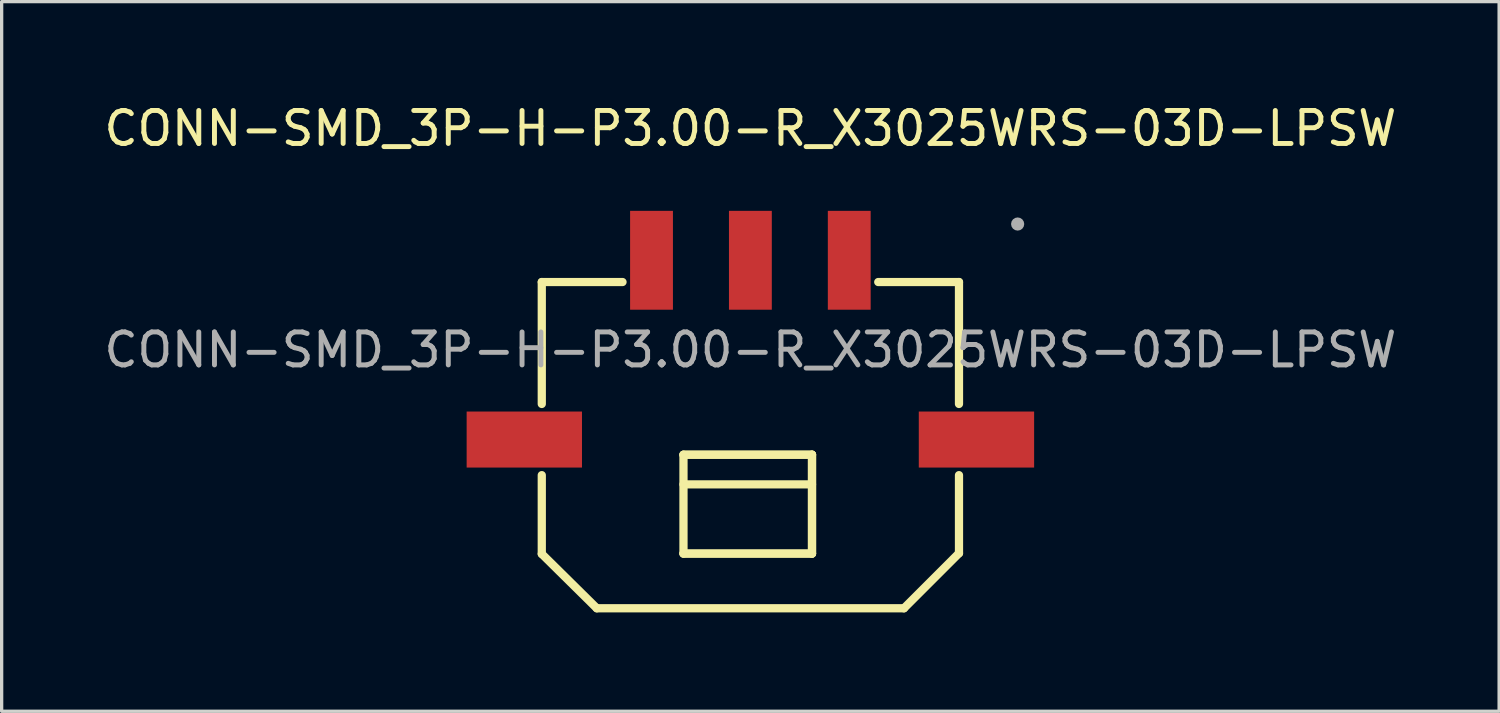
<source format=kicad_pcb>
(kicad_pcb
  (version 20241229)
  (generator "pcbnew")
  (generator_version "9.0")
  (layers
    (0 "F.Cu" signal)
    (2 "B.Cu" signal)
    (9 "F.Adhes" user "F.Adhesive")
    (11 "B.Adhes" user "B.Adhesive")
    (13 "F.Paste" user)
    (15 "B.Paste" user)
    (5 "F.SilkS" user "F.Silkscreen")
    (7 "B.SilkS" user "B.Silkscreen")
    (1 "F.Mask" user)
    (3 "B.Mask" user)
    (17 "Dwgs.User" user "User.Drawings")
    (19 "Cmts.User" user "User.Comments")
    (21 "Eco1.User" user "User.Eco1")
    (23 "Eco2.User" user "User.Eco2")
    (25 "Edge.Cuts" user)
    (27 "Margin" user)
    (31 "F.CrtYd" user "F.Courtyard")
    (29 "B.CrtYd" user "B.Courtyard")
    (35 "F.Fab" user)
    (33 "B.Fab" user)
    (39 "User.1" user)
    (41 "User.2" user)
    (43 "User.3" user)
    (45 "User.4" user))
  (footprint "CONN-SMD_3P-H-P3.00-R_X3025WRS-03D-LPSW"
    (layer "F.Cu")
    (at 19.72 7.568)
    (property "Reference" "CONN-SMD_3P-H-P3.00-R_X3025WRS-03D-LPSW" (at 0 -6.72 0) (layer "F.SilkS") (effects (font (size 1 1) (thickness 0.15))))
    (attr smd)
    (fp_line (start -6.33 -2.06) (end -3.88 -2.06) (stroke (width 0.25) (type solid)) (layer "F.SilkS"))
    (fp_line (start -6.33 1.64) (end -6.33 -2.06) (stroke (width 0.25) (type solid)) (layer "F.SilkS"))
    (fp_line (start -6.33 6.19) (end -6.33 3.8) (stroke (width 0.25) (type solid)) (layer "F.SilkS"))
    (fp_line (start -4.66 7.84) (end -6.33 6.19) (stroke (width 0.25) (type solid)) (layer "F.SilkS"))
    (fp_line (start -2.03 3.18) (end 1.87 3.18) (stroke (width 0.25) (type solid)) (layer "F.SilkS"))
    (fp_line (start -2.03 3.18) (end 1.87 3.18) (stroke (width 0.25) (type solid)) (layer "F.SilkS"))
    (fp_line (start -2.03 4.08) (end 1.87 4.08) (stroke (width 0.25) (type solid)) (layer "F.SilkS"))
    (fp_line (start -2.03 6.18) (end -2.03 3.18) (stroke (width 0.25) (type solid)) (layer "F.SilkS"))
    (fp_line (start 1.87 3.18) (end 1.87 6.18) (stroke (width 0.25) (type solid)) (layer "F.SilkS"))
    (fp_line (start 1.87 3.18) (end 1.87 6.18) (stroke (width 0.25) (type solid)) (layer "F.SilkS"))
    (fp_line (start 1.87 6.18) (end -2.03 6.18) (stroke (width 0.25) (type solid)) (layer "F.SilkS"))
    (fp_line (start 1.87 6.18) (end -2.03 6.18) (stroke (width 0.25) (type solid)) (layer "F.SilkS"))
    (fp_line (start 4.66 7.84) (end -4.66 7.84) (stroke (width 0.25) (type solid)) (layer "F.SilkS"))
    (fp_line (start 6.33 -2.06) (end 3.88 -2.06) (stroke (width 0.25) (type solid)) (layer "F.SilkS"))
    (fp_line (start 6.33 1.64) (end 6.33 -2.06) (stroke (width 0.25) (type solid)) (layer "F.SilkS"))
    (fp_line (start 6.33 3.8) (end 6.33 6.17) (stroke (width 0.25) (type solid)) (layer "F.SilkS"))
    (fp_line (start 6.33 6.17) (end 4.66 7.84) (stroke (width 0.25) (type solid)) (layer "F.SilkS"))
    (fp_circle (center 8.11 -3.82) (end 8.21 -3.82) (stroke (width 0.2) (type solid)) (fill no) (layer "F.Fab"))
    (fp_text user "${REFERENCE}" (at 0 0 0) (layer "F.Fab") (effects (font (size 1 1) (thickness 0.15))))
    (pad "1" smd rect (at 3 -2.72) (size 1.3 3) (layers "F.Cu" "F.Mask" "F.Paste"))
    (pad "2" smd rect (at 0 -2.72) (size 1.3 3) (layers "F.Cu" "F.Mask" "F.Paste"))
    (pad "3" smd rect (at -3 -2.72) (size 1.3 3) (layers "F.Cu" "F.Mask" "F.Paste"))
    (pad "4" smd rect (at -6.86 2.72 90) (size 1.7 3.5) (layers "F.Cu" "F.Mask" "F.Paste"))
    (pad "5" smd rect (at 6.86 2.72 90) (size 1.7 3.5) (layers "F.Cu" "F.Mask" "F.Paste")))
  (gr_rect
    (start -3 -3)
    (end 42.44 18.533)
    (stroke (width 0.1) (type default))
    (fill no)
    (layer "Edge.Cuts")))
</source>
